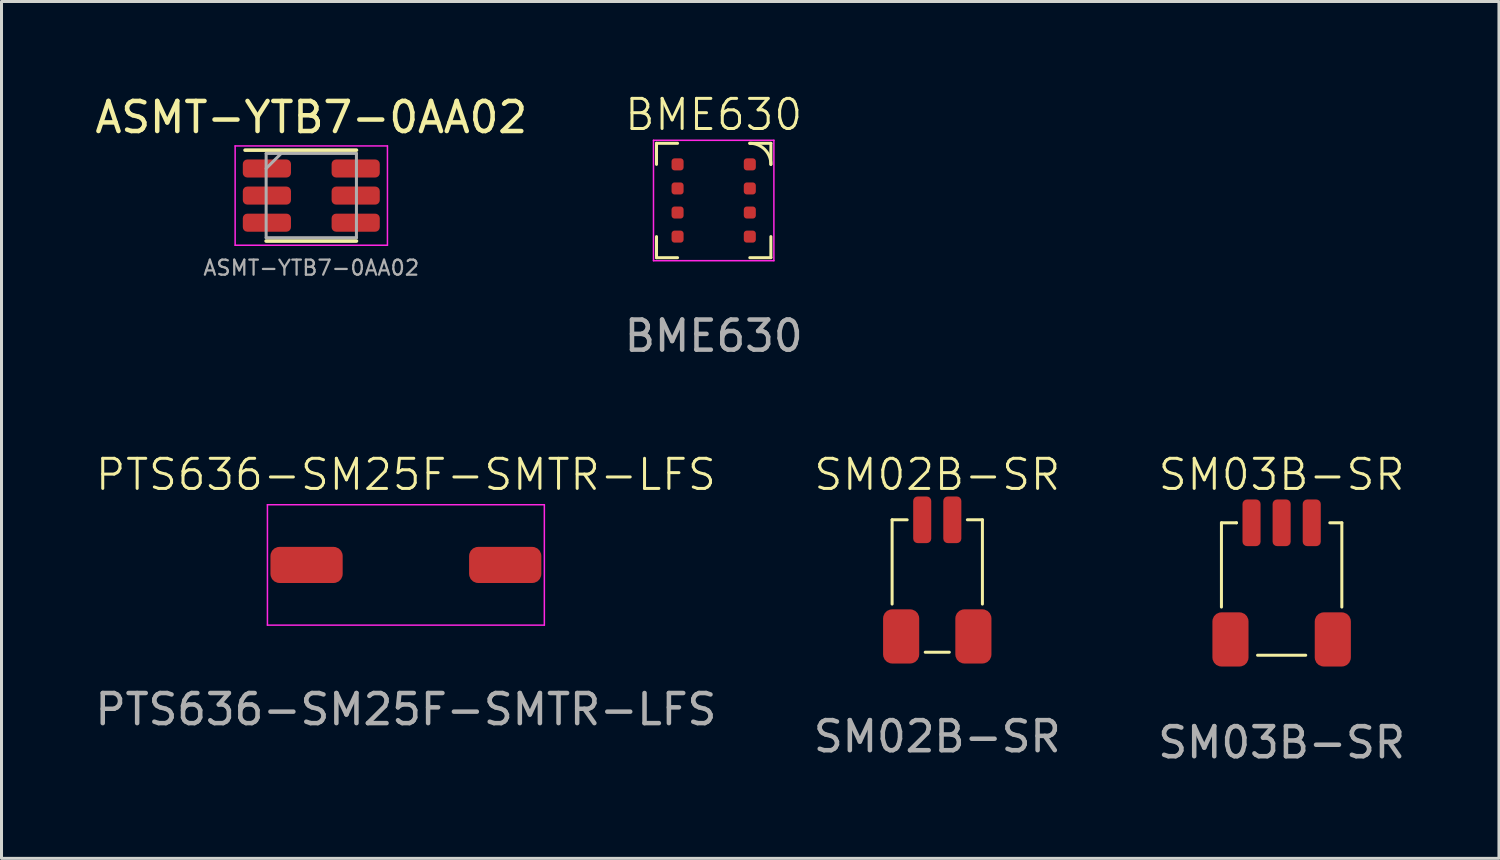
<source format=kicad_pcb>
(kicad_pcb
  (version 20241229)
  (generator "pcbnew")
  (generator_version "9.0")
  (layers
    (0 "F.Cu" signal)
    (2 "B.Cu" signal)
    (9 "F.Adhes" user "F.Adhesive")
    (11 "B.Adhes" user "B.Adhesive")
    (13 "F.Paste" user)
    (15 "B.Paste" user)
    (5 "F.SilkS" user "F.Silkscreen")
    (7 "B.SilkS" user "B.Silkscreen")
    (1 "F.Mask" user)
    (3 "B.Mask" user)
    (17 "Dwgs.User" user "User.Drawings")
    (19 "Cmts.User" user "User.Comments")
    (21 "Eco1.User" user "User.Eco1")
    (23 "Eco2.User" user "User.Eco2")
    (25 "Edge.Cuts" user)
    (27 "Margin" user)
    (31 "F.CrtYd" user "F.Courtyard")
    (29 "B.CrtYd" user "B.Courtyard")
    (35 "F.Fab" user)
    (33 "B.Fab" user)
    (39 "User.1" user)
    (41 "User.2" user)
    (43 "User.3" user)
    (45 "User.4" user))
  (footprint "SM03B-SR"
    (layer "F.Cu")
    (at 39.53 16.319)
    (property "Reference" "SM03B-SR" (at 0 -3.6 0) (unlocked yes) (layer "F.SilkS") (effects (font (size 1 1) (thickness 0.1))))
    (attr smd)
    (fp_line (start -2 -2) (end -2 0.8) (stroke (width 0.1) (type default)) (layer "F.SilkS"))
    (fp_line (start -1.5 -2) (end -2 -2) (stroke (width 0.1) (type default)) (layer "F.SilkS"))
    (fp_line (start -1.5 -2) (end -1.5 -2) (stroke (width 0.1) (type default)) (layer "F.SilkS"))
    (fp_line (start -0.8 2.4) (end 0.8 2.4) (stroke (width 0.1) (type default)) (layer "F.SilkS"))
    (fp_line (start 1.6 -2) (end 2 -2) (stroke (width 0.1) (type default)) (layer "F.SilkS"))
    (fp_line (start 2 -2) (end 2 0.8) (stroke (width 0.1) (type default)) (layer "F.SilkS"))
    (fp_text user "${REFERENCE}" (at 0 5.3 0) (unlocked yes) (layer "F.Fab") (effects (font (size 1 1) (thickness 0.15))))
    (pad "1" smd roundrect (at -1 -2) (size 0.6 1.55) (layers "F.Cu" "F.Mask" "F.Paste") (roundrect_rratio 0.25))
    (pad "2" smd roundrect (at 0 -2) (size 0.6 1.55) (layers "F.Cu" "F.Mask" "F.Paste") (roundrect_rratio 0.25))
    (pad "3" smd roundrect (at 1 -2) (size 0.6 1.55) (layers "F.Cu" "F.Mask" "F.Paste") (roundrect_rratio 0.25))
    (pad "MP" smd roundrect (at -1.7 1.875) (size 1.2 1.8) (layers "F.Cu" "F.Mask" "F.Paste") (roundrect_rratio 0.25))
    (pad "MP" smd roundrect (at 1.7 1.875) (size 1.2 1.8) (layers "F.Cu" "F.Mask" "F.Paste") (roundrect_rratio 0.25)))
  (footprint "BME630"
    (layer "F.Cu")
    (at 20.661 3.611)
    (property "Reference" "BME630" (at 0 -2.85 0) (unlocked yes) (layer "F.SilkS") (effects (font (size 1 1) (thickness 0.1))))
    (attr smd)
    (fp_line (start -1.9 -1.9) (end -1.9 -1.2) (stroke (width 0.1) (type default)) (layer "F.SilkS"))
    (fp_line (start -1.9 1.2) (end -1.9 1.9) (stroke (width 0.1) (type default)) (layer "F.SilkS"))
    (fp_line (start -1.2 -1.9) (end -1.9 -1.9) (stroke (width 0.1) (type default)) (layer "F.SilkS"))
    (fp_line (start -1.2 1.9) (end -1.9 1.9) (stroke (width 0.1) (type default)) (layer "F.SilkS"))
    (fp_line (start 1.9 -1.9) (end 1.2 -1.9) (stroke (width 0.1) (type default)) (layer "F.SilkS"))
    (fp_line (start 1.9 -1.9) (end 1.9 -1.2) (stroke (width 0.1) (type default)) (layer "F.SilkS"))
    (fp_line (start 1.9 1.2) (end 1.9 1.9) (stroke (width 0.1) (type default)) (layer "F.SilkS"))
    (fp_line (start 1.9 1.9) (end 1.2 1.9) (stroke (width 0.1) (type default)) (layer "F.SilkS"))
    (fp_arc (start 1.2 -1.9) (mid 1.696459 -1.696459) (end 1.9 -1.2) (stroke (width 0.1) (type default)) (layer "F.SilkS"))
    (fp_line (start -2 -2) (end -2 2) (stroke (width 0.05) (type default)) (layer "F.CrtYd"))
    (fp_line (start -2 2) (end 2 2) (stroke (width 0.05) (type default)) (layer "F.CrtYd"))
    (fp_line (start 2 -2) (end -2 -2) (stroke (width 0.05) (type default)) (layer "F.CrtYd"))
    (fp_line (start 2 -2) (end 2 2) (stroke (width 0.05) (type default)) (layer "F.CrtYd"))
    (fp_text user "${REFERENCE}" (at 0 4.5 0) (unlocked yes) (layer "F.Fab") (effects (font (size 1 1) (thickness 0.15))))
    (pad "1" smd roundrect (at 1.2 -1.2) (size 0.4 0.4) (layers "F.Cu" "F.Mask" "F.Paste") (roundrect_rratio 0.25))
    (pad "2" smd roundrect (at 1.2 -0.4) (size 0.4 0.4) (layers "F.Cu" "F.Mask" "F.Paste") (roundrect_rratio 0.25))
    (pad "3" smd roundrect (at 1.2 0.4) (size 0.4 0.4) (layers "F.Cu" "F.Mask" "F.Paste") (roundrect_rratio 0.25))
    (pad "4" smd roundrect (at 1.2 1.2) (size 0.4 0.4) (layers "F.Cu" "F.Mask" "F.Paste") (roundrect_rratio 0.25))
    (pad "5" smd roundrect (at -1.2 1.2) (size 0.4 0.4) (layers "F.Cu" "F.Mask" "F.Paste") (roundrect_rratio 0.25))
    (pad "6" smd roundrect (at -1.2 0.4) (size 0.4 0.4) (layers "F.Cu" "F.Mask" "F.Paste") (roundrect_rratio 0.25))
    (pad "7" smd roundrect (at -1.2 -0.4) (size 0.4 0.4) (layers "F.Cu" "F.Mask" "F.Paste") (roundrect_rratio 0.25))
    (pad "8" smd roundrect (at -1.2 -1.2) (size 0.4 0.4) (layers "F.Cu" "F.Mask" "F.Paste") (roundrect_rratio 0.25)))
  (footprint "ASMT-YTB7-0AA02"
    (layer "F.Cu")
    (at 7.292 3.448)
    (property "Reference" "ASMT-YTB7-0AA02" (at 0 -2.6 0) (layer "F.SilkS") (effects (font (size 1 1) (thickness 0.15))))
    (attr smd)
    (fp_line (start -2.2 -1.51) (end 1.5 -1.51) (stroke (width 0.12) (type solid)) (layer "F.SilkS"))
    (fp_line (start -1.5 1.51) (end 1.5 1.51) (stroke (width 0.12) (type solid)) (layer "F.SilkS"))
    (fp_line (start -2.53 -1.65) (end -2.53 1.65) (stroke (width 0.05) (type solid)) (layer "F.CrtYd"))
    (fp_line (start -2.53 -1.65) (end 2.53 -1.65) (stroke (width 0.05) (type solid)) (layer "F.CrtYd"))
    (fp_line (start -2.53 1.65) (end 2.53 1.65) (stroke (width 0.05) (type solid)) (layer "F.CrtYd"))
    (fp_line (start 2.53 -1.65) (end 2.53 1.65) (stroke (width 0.05) (type solid)) (layer "F.CrtYd"))
    (fp_line (start -1.5 -1.4) (end -1.5 1.4) (stroke (width 0.1) (type solid)) (layer "F.Fab"))
    (fp_line (start -1.5 -1.4) (end 1.5 -1.4) (stroke (width 0.1) (type solid)) (layer "F.Fab"))
    (fp_line (start -1.5 -0.9) (end -1 -1.4) (stroke (width 0.1) (type solid)) (layer "F.Fab"))
    (fp_line (start -1.5 1.4) (end 1.5 1.4) (stroke (width 0.1) (type solid)) (layer "F.Fab"))
    (fp_line (start 1.5 -1.4) (end 1.5 1.4) (stroke (width 0.1) (type solid)) (layer "F.Fab"))
    (fp_text user "${REFERENCE}" (at 0 2.4 0) (layer "F.Fab") (effects (font (size 0.5 0.5) (thickness 0.075))))
    (pad "1" smd roundrect (at -1.475 -0.9) (size 1.6 0.6) (layers "F.Cu" "F.Mask" "F.Paste") (roundrect_rratio 0.25))
    (pad "2" smd roundrect (at -1.475 0) (size 1.6 0.6) (layers "F.Cu" "F.Mask" "F.Paste") (roundrect_rratio 0.25))
    (pad "3" smd roundrect (at -1.475 0.9) (size 1.6 0.6) (layers "F.Cu" "F.Mask" "F.Paste") (roundrect_rratio 0.25))
    (pad "4" smd roundrect (at 1.475 0.9) (size 1.6 0.6) (layers "F.Cu" "F.Mask" "F.Paste") (roundrect_rratio 0.25))
    (pad "5" smd roundrect (at 1.475 0) (size 1.6 0.6) (layers "F.Cu" "F.Mask" "F.Paste") (roundrect_rratio 0.25))
    (pad "6" smd roundrect (at 1.475 -0.9) (size 1.6 0.6) (layers "F.Cu" "F.Mask" "F.Paste") (roundrect_rratio 0.25)))
  (footprint "PTS636-SM25F-SMTR-LFS"
    (layer "F.Cu")
    (at 10.435 15.719)
    (property "Reference" "PTS636-SM25F-SMTR-LFS" (at 0 -3 0) (unlocked yes) (layer "F.SilkS") (effects (font (size 1 1) (thickness 0.1))))
    (attr smd)
    (fp_line (start -4.6 -2) (end -4.6 2) (stroke (width 0.05) (type default)) (layer "F.CrtYd"))
    (fp_line (start 4.6 -2) (end -4.6 -2) (stroke (width 0.05) (type default)) (layer "F.CrtYd"))
    (fp_line (start 4.6 -2) (end 4.6 2) (stroke (width 0.05) (type default)) (layer "F.CrtYd"))
    (fp_line (start 4.6 2) (end -4.6 2) (stroke (width 0.05) (type default)) (layer "F.CrtYd"))
    (fp_text user "${REFERENCE}" (at 0 4.8 0) (unlocked yes) (layer "F.Fab") (effects (font (size 1 1) (thickness 0.15))))
    (pad "1" smd roundrect (at -3.3 0) (size 2.4 1.2) (layers "F.Cu" "F.Mask" "F.Paste") (roundrect_rratio 0.25))
    (pad "2" smd roundrect (at 3.3 0) (size 2.4 1.2) (layers "F.Cu" "F.Mask" "F.Paste") (roundrect_rratio 0.25)))
  (footprint "SM02B-SR"
    (layer "F.Cu")
    (at 28.089 16.219)
    (property "Reference" "SM02B-SR" (at 0 -3.5 0) (unlocked yes) (layer "F.SilkS") (effects (font (size 1 1) (thickness 0.1))))
    (attr smd)
    (fp_line (start -1.5 -2) (end -1 -2) (stroke (width 0.1) (type default)) (layer "F.SilkS"))
    (fp_line (start -1.5 0.8) (end -1.5 -2) (stroke (width 0.1) (type default)) (layer "F.SilkS"))
    (fp_line (start -0.4 2.4) (end 0.4 2.4) (stroke (width 0.1) (type default)) (layer "F.SilkS"))
    (fp_line (start 1.5 -2) (end 1 -2) (stroke (width 0.1) (type default)) (layer "F.SilkS"))
    (fp_line (start 1.5 0.8) (end 1.5 -2) (stroke (width 0.1) (type default)) (layer "F.SilkS"))
    (fp_text user "${REFERENCE}" (at 0 5.2 0) (unlocked yes) (layer "F.Fab") (effects (font (size 1 1) (thickness 0.15))))
    (pad "1" smd roundrect (at -0.5 -2) (size 0.6 1.55) (layers "F.Cu" "F.Mask" "F.Paste") (roundrect_rratio 0.25))
    (pad "2" smd roundrect (at 0.5 -2) (size 0.6 1.55) (layers "F.Cu" "F.Mask" "F.Paste") (roundrect_rratio 0.25))
    (pad "MP" smd roundrect (at -1.2 1.875) (size 1.2 1.8) (layers "F.Cu" "F.Mask" "F.Paste") (roundrect_rratio 0.25))
    (pad "MP" smd roundrect (at 1.2 1.875) (size 1.2 1.8) (layers "F.Cu" "F.Mask" "F.Paste") (roundrect_rratio 0.25)))
  (gr_rect
    (start -3 -3)
    (end 46.75 25.468)
    (stroke (width 0.1) (type default))
    (fill no)
    (layer "Edge.Cuts")))
</source>
